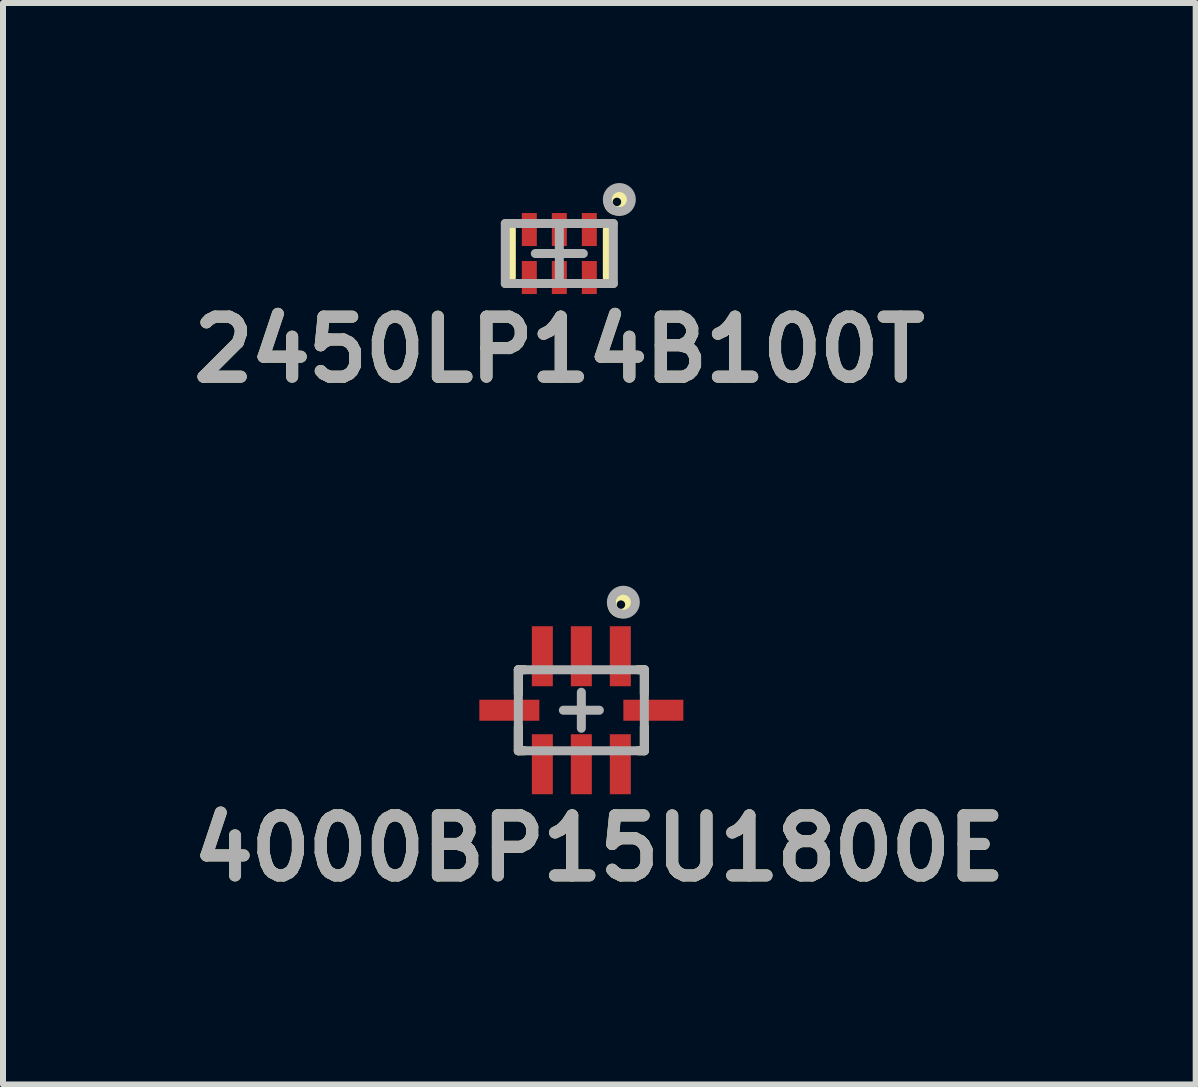
<source format=kicad_pcb>
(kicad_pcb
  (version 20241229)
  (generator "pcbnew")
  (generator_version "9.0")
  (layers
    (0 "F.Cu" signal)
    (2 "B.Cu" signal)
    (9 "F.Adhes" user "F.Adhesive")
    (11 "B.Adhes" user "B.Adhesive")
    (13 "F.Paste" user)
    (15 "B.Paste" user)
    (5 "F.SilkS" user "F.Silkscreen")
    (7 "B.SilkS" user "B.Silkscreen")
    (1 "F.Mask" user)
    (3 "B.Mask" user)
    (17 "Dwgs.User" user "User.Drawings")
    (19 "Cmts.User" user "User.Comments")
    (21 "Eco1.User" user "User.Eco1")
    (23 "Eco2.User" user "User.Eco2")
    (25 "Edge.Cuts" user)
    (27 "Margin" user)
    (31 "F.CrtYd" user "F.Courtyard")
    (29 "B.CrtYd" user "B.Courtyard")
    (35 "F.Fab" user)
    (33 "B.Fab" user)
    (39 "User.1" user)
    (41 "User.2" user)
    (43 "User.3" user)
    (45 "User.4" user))
  (footprint "2450LP14B100T"
    (layer "F.Cu")
    (at 6.271 1.175)
    (property "Reference" "2450LP14B100T" (at 0 1.6 0) (layer "F.SilkS") (effects (font (size 1 1) (thickness 0.2))))
    (attr through_hole)
    (fp_line (start -0.8 0.4) (end -0.8 -0.4) (stroke (width 0.15) (type solid)) (layer "F.SilkS"))
    (fp_line (start 0.8 0.4) (end 0.8 -0.4) (stroke (width 0.15) (type solid)) (layer "F.SilkS"))
    (fp_circle (center 0.96 -0.86) (end 1.067 -0.76) (stroke (width 0.152) (type solid)) (fill no) (layer "F.SilkS"))
    (fp_line (start -0.9 -0.5) (end -0.9 0.5) (stroke (width 0.15) (type solid)) (layer "F.Fab"))
    (fp_line (start -0.4 0) (end 0.4 0) (stroke (width 0.15) (type solid)) (layer "F.Fab"))
    (fp_line (start 0 -0.4) (end 0 0.4) (stroke (width 0.15) (type solid)) (layer "F.Fab"))
    (fp_line (start 0.9 -0.5) (end -0.9 -0.5) (stroke (width 0.15) (type solid)) (layer "F.Fab"))
    (fp_line (start 0.9 -0.5) (end 0.9 0.5) (stroke (width 0.15) (type solid)) (layer "F.Fab"))
    (fp_line (start 0.9 0.5) (end -0.9 0.5) (stroke (width 0.15) (type solid)) (layer "F.Fab"))
    (fp_circle (center 1 -0.9) (end 1.2 -0.9) (stroke (width 0.15) (type solid)) (fill no) (layer "F.Fab"))
    (fp_text user "${REFERENCE}" (at 0 1.6 0) (layer "F.Fab") (effects (font (size 1 1) (thickness 0.2))))
    (pad "1" smd rect (at 0.5 -0.4) (size 0.25 0.55) (layers "F.Cu" "F.Mask" "F.Paste"))
    (pad "2" smd rect (at 0 -0.4) (size 0.25 0.55) (layers "F.Cu" "F.Mask" "F.Paste"))
    (pad "3" smd rect (at -0.5 -0.4) (size 0.25 0.55) (layers "F.Cu" "F.Mask" "F.Paste"))
    (pad "4" smd rect (at -0.5 0.4) (size 0.25 0.55) (layers "F.Cu" "F.Mask" "F.Paste"))
    (pad "5" smd rect (at 0 0.4) (size 0.25 0.55) (layers "F.Cu" "F.Mask" "F.Paste"))
    (pad "6" smd rect (at 0.5 0.4) (size 0.25 0.55) (layers "F.Cu" "F.Mask" "F.Paste")))
  (footprint "4000BP15U1800E"
    (layer "F.Cu")
    (at 6.638 8.786)
    (property "Reference" "4000BP15U1800E" (at 0.3 2.3 0) (layer "F.SilkS") (effects (font (size 1 1) (thickness 0.2))))
    (attr through_hole)
    (fp_line (start -1.05 -0.675) (end -1.05 -0.275) (stroke (width 0.15) (type solid)) (layer "F.SilkS"))
    (fp_line (start -1.05 -0.675) (end -0.95 -0.675) (stroke (width 0.15) (type solid)) (layer "F.SilkS"))
    (fp_line (start -1.05 0.275) (end -1.05 0.675) (stroke (width 0.15) (type solid)) (layer "F.SilkS"))
    (fp_line (start -1.05 0.675) (end -0.95 0.675) (stroke (width 0.15) (type solid)) (layer "F.SilkS"))
    (fp_line (start 0.95 -0.675) (end 1.05 -0.675) (stroke (width 0.15) (type solid)) (layer "F.SilkS"))
    (fp_line (start 0.95 0.675) (end 1.05 0.675) (stroke (width 0.15) (type solid)) (layer "F.SilkS"))
    (fp_line (start 1.05 -0.675) (end 1.05 -0.275) (stroke (width 0.15) (type solid)) (layer "F.SilkS"))
    (fp_line (start 1.05 0.275) (end 1.05 0.675) (stroke (width 0.15) (type solid)) (layer "F.SilkS"))
    (fp_circle (center 0.66 -1.76) (end 0.767 -1.66) (stroke (width 0.152) (type solid)) (fill no) (layer "F.SilkS"))
    (fp_line (start -1.05 -0.675) (end -1.05 0.675) (stroke (width 0.15) (type solid)) (layer "F.Fab"))
    (fp_line (start -0.3 0) (end 0.3 0) (stroke (width 0.15) (type solid)) (layer "F.Fab"))
    (fp_line (start 0 -0.3) (end 0 0.3) (stroke (width 0.15) (type solid)) (layer "F.Fab"))
    (fp_line (start 1.05 -0.675) (end -1.05 -0.675) (stroke (width 0.15) (type solid)) (layer "F.Fab"))
    (fp_line (start 1.05 -0.675) (end 1.05 0.675) (stroke (width 0.15) (type solid)) (layer "F.Fab"))
    (fp_line (start 1.05 0.675) (end -1.05 0.675) (stroke (width 0.15) (type solid)) (layer "F.Fab"))
    (fp_circle (center 0.7 -1.8) (end 0.9 -1.8) (stroke (width 0.15) (type solid)) (fill no) (layer "F.Fab"))
    (fp_text user "${REFERENCE}" (at 0.3 2.3 0) (layer "F.Fab") (effects (font (size 1 1) (thickness 0.2))))
    (pad "1" smd rect (at 0.65 -0.9) (size 0.35 1) (layers "F.Cu" "F.Mask" "F.Paste"))
    (pad "2" smd rect (at 0 -0.9) (size 0.35 1) (layers "F.Cu" "F.Mask" "F.Paste"))
    (pad "3" smd rect (at -0.65 -0.9) (size 0.35 1) (layers "F.Cu" "F.Mask" "F.Paste"))
    (pad "4" smd rect (at -1.2 0) (size 1 0.35) (layers "F.Cu" "F.Mask" "F.Paste"))
    (pad "5" smd rect (at -0.65 0.9) (size 0.35 1) (layers "F.Cu" "F.Mask" "F.Paste"))
    (pad "6" smd rect (at 0 0.9) (size 0.35 1) (layers "F.Cu" "F.Mask" "F.Paste"))
    (pad "7" smd rect (at 0.65 0.9) (size 0.35 1) (layers "F.Cu" "F.Mask" "F.Paste"))
    (pad "8" smd rect (at 1.2 0) (size 1 0.35) (layers "F.Cu" "F.Mask" "F.Paste")))
  (gr_rect
    (start -3 -3)
    (end 16.876 15.022)
    (stroke (width 0.1) (type default))
    (fill no)
    (layer "Edge.Cuts")))
</source>
